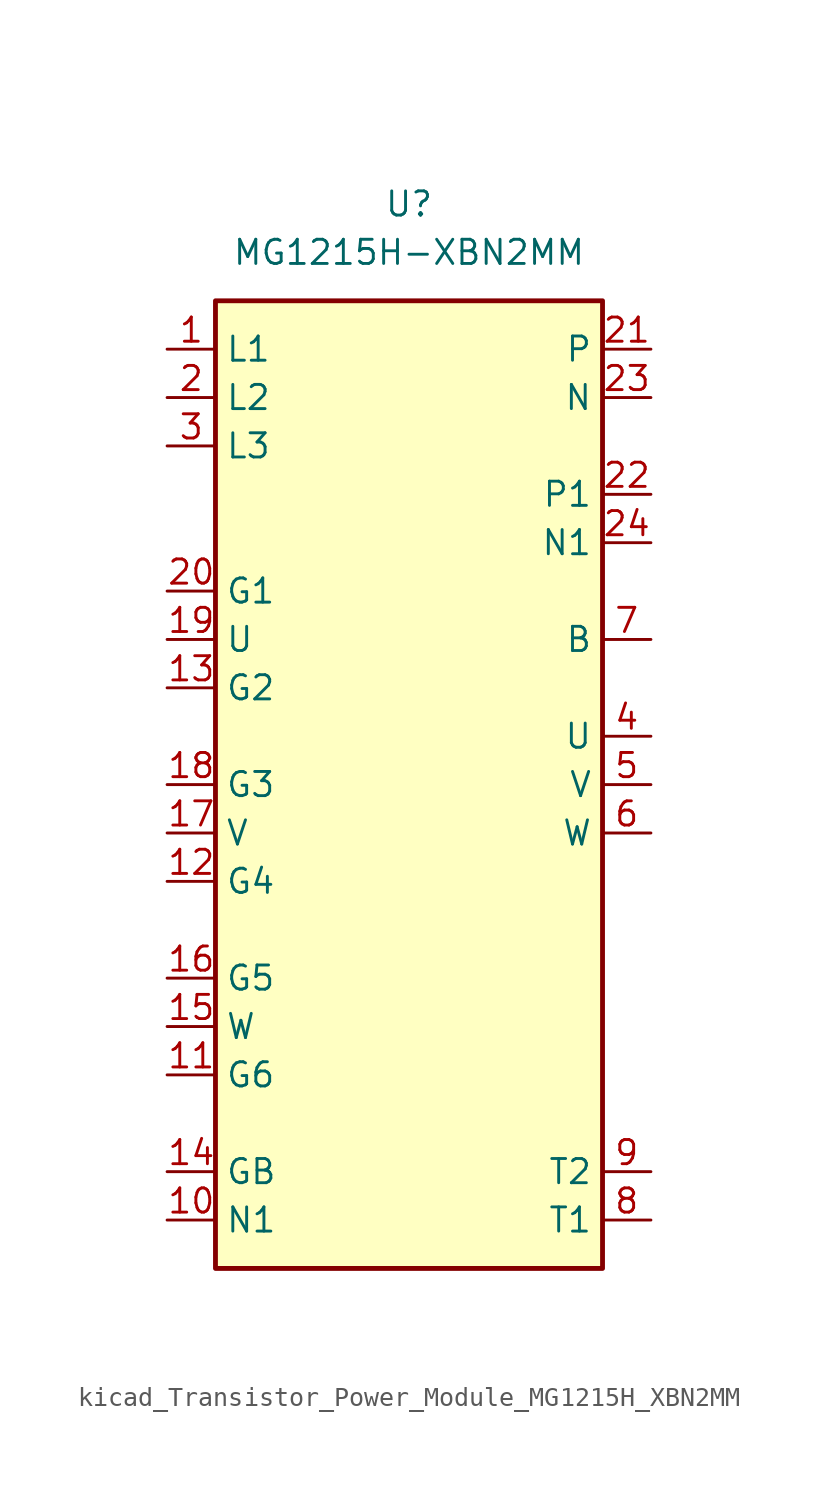
<source format=kicad_sym>
(kicad_symbol_lib
  (version 20220914)
  (generator kicad_symbol_editor)
  (symbol "kicad_Transistor_Power_Module_MG1215H_XBN2MM"
    (property "Reference" "U"
      (at 0 30.48 0)
      (effects (font (size 1.27 1.27))))
    (property "Value" "MG1215H-XBN2MM"
      (at 0 27.94 0)
      (effects (font (size 1.27 1.27))))
    (symbol "kicad_Transistor_Power_Module_MG1215H_XBN2MM_1_1"
      (rectangle (start -10.16 25.4) (end 10.16 -25.4) (stroke (width 0.254) (type default)) (fill (type background)))
      (pin passive line (at -12.7 22.86 0) (length 2.54) (name "L1" (effects (font (size 1.27 1.27)))) (number "1" (effects (font (size 1.27 1.27)))))
      (pin passive line (at -12.7 -22.86 0) (length 2.54) (name "N1" (effects (font (size 1.27 1.27)))) (number "10" (effects (font (size 1.27 1.27)))))
      (pin passive line (at -12.7 -15.24 0) (length 2.54) (name "G6" (effects (font (size 1.27 1.27)))) (number "11" (effects (font (size 1.27 1.27)))))
      (pin passive line (at -12.7 -5.08 0) (length 2.54) (name "G4" (effects (font (size 1.27 1.27)))) (number "12" (effects (font (size 1.27 1.27)))))
      (pin passive line (at -12.7 5.08 0) (length 2.54) (name "G2" (effects (font (size 1.27 1.27)))) (number "13" (effects (font (size 1.27 1.27)))))
      (pin passive line (at -12.7 -20.32 0) (length 2.54) (name "GB" (effects (font (size 1.27 1.27)))) (number "14" (effects (font (size 1.27 1.27)))))
      (pin passive line (at -12.7 -12.7 0) (length 2.54) (name "W" (effects (font (size 1.27 1.27)))) (number "15" (effects (font (size 1.27 1.27)))))
      (pin passive line (at -12.7 -10.16 0) (length 2.54) (name "G5" (effects (font (size 1.27 1.27)))) (number "16" (effects (font (size 1.27 1.27)))))
      (pin passive line (at -12.7 -2.54 0) (length 2.54) (name "V" (effects (font (size 1.27 1.27)))) (number "17" (effects (font (size 1.27 1.27)))))
      (pin passive line (at -12.7 0 0) (length 2.54) (name "G3" (effects (font (size 1.27 1.27)))) (number "18" (effects (font (size 1.27 1.27)))))
      (pin passive line (at -12.7 7.62 0) (length 2.54) (name "U" (effects (font (size 1.27 1.27)))) (number "19" (effects (font (size 1.27 1.27)))))
      (pin passive line (at -12.7 20.32 0) (length 2.54) (name "L2" (effects (font (size 1.27 1.27)))) (number "2" (effects (font (size 1.27 1.27)))))
      (pin passive line (at -12.7 10.16 0) (length 2.54) (name "G1" (effects (font (size 1.27 1.27)))) (number "20" (effects (font (size 1.27 1.27)))))
      (pin passive line (at 12.7 22.86 180) (length 2.54) (name "P" (effects (font (size 1.27 1.27)))) (number "21" (effects (font (size 1.27 1.27)))))
      (pin passive line (at 12.7 15.24 180) (length 2.54) (name "P1" (effects (font (size 1.27 1.27)))) (number "22" (effects (font (size 1.27 1.27)))))
      (pin passive line (at 12.7 20.32 180) (length 2.54) (name "N" (effects (font (size 1.27 1.27)))) (number "23" (effects (font (size 1.27 1.27)))))
      (pin passive line (at 12.7 12.7 180) (length 2.54) (name "N1" (effects (font (size 1.27 1.27)))) (number "24" (effects (font (size 1.27 1.27)))))
      (pin passive line (at -12.7 17.78 0) (length 2.54) (name "L3" (effects (font (size 1.27 1.27)))) (number "3" (effects (font (size 1.27 1.27)))))
      (pin passive line (at 12.7 2.54 180) (length 2.54) (name "U" (effects (font (size 1.27 1.27)))) (number "4" (effects (font (size 1.27 1.27)))))
      (pin passive line (at 12.7 0 180) (length 2.54) (name "V" (effects (font (size 1.27 1.27)))) (number "5" (effects (font (size 1.27 1.27)))))
      (pin passive line (at 12.7 -2.54 180) (length 2.54) (name "W" (effects (font (size 1.27 1.27)))) (number "6" (effects (font (size 1.27 1.27)))))
      (pin passive line (at 12.7 7.62 180) (length 2.54) (name "B" (effects (font (size 1.27 1.27)))) (number "7" (effects (font (size 1.27 1.27)))))
      (pin passive line (at 12.7 -22.86 180) (length 2.54) (name "T1" (effects (font (size 1.27 1.27)))) (number "8" (effects (font (size 1.27 1.27)))))
      (pin passive line (at 12.7 -20.32 180) (length 2.54) (name "T2" (effects (font (size 1.27 1.27)))) (number "9" (effects (font (size 1.27 1.27))))))))
</source>
